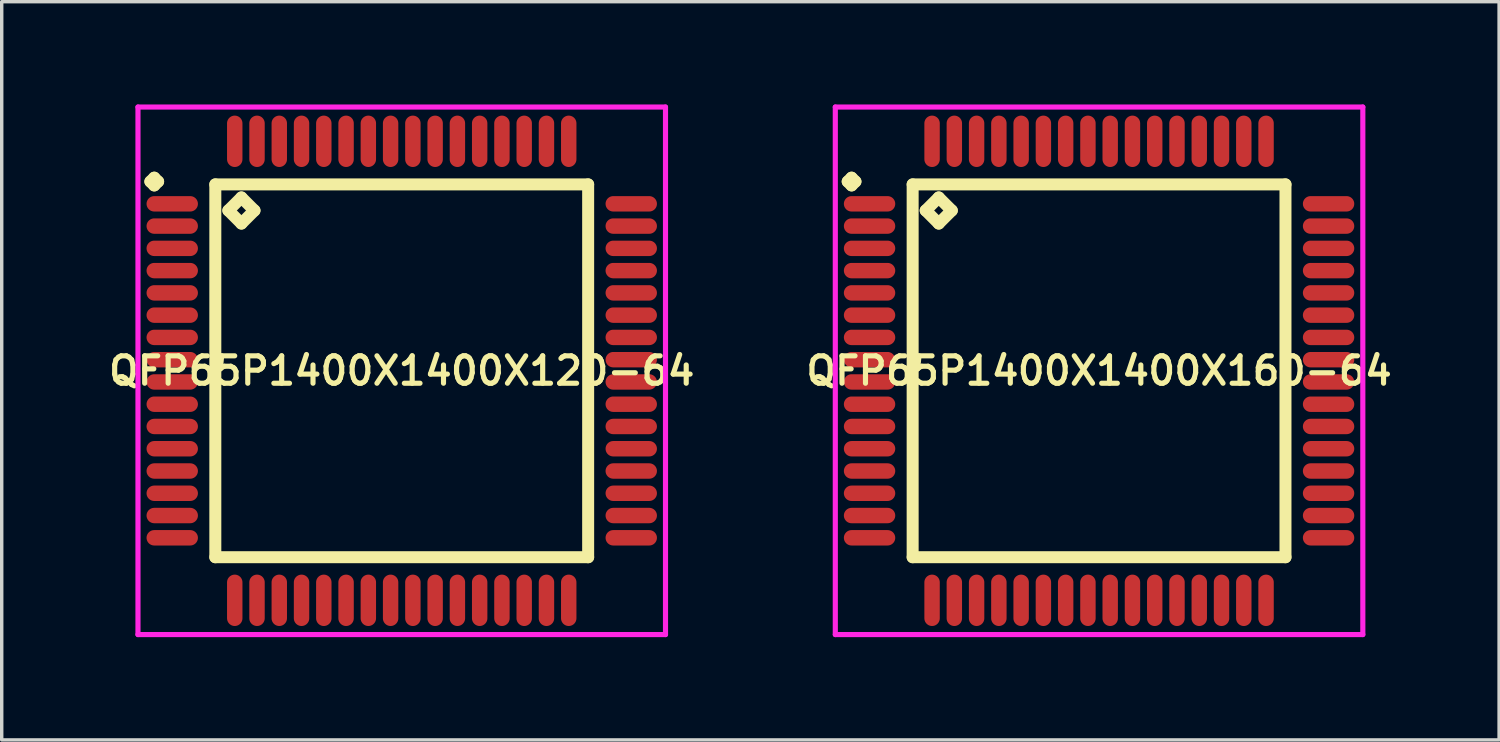
<source format=kicad_pcb>
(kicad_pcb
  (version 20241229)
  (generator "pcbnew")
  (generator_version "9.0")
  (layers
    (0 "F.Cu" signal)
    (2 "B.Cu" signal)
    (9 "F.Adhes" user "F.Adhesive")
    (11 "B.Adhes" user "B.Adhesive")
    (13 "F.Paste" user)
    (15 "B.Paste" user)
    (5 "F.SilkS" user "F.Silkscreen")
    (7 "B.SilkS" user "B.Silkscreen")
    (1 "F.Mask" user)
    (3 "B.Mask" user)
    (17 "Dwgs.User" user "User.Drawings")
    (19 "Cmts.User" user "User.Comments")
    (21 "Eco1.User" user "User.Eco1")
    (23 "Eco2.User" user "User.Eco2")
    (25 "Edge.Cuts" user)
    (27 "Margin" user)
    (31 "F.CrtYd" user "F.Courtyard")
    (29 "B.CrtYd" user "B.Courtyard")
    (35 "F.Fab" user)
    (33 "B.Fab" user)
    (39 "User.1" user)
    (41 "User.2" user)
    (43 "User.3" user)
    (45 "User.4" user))
  (footprint "QFP65P1400X1400X160-64"
    (layer "F.Cu")
    (at 29.035 7.775)
    (property "Reference" "QFP65P1400X1400X160-64" (at 0 0 0) (layer "F.SilkS") (effects (font (size 0.8 0.8) (thickness 0.15))))
    (attr smd)
    (fp_line (start -7.338 -5.525) (end -7.225 -5.638) (stroke (width 0.35) (type solid)) (layer "F.SilkS"))
    (fp_line (start -7.225 -5.638) (end -7.112 -5.525) (stroke (width 0.35) (type solid)) (layer "F.SilkS"))
    (fp_line (start -7.225 -5.412) (end -7.338 -5.525) (stroke (width 0.35) (type solid)) (layer "F.SilkS"))
    (fp_line (start -7.112 -5.525) (end -7.225 -5.412) (stroke (width 0.35) (type solid)) (layer "F.SilkS"))
    (fp_line (start -5.442 -5.442) (end -5.442 5.442) (stroke (width 0.35) (type solid)) (layer "F.SilkS"))
    (fp_line (start -5.442 5.442) (end 5.442 5.442) (stroke (width 0.35) (type solid)) (layer "F.SilkS"))
    (fp_line (start -5.061 -4.68) (end -4.68 -5.061) (stroke (width 0.35) (type solid)) (layer "F.SilkS"))
    (fp_line (start -4.68 -5.061) (end -4.299 -4.68) (stroke (width 0.35) (type solid)) (layer "F.SilkS"))
    (fp_line (start -4.68 -4.299) (end -5.061 -4.68) (stroke (width 0.35) (type solid)) (layer "F.SilkS"))
    (fp_line (start -4.299 -4.68) (end -4.68 -4.299) (stroke (width 0.35) (type solid)) (layer "F.SilkS"))
    (fp_line (start 5.442 -5.442) (end -5.442 -5.442) (stroke (width 0.35) (type solid)) (layer "F.SilkS"))
    (fp_line (start 5.442 5.442) (end 5.442 -5.442) (stroke (width 0.35) (type solid)) (layer "F.SilkS"))
    (fp_line (start -7.7 -7.7) (end 7.7 -7.7) (stroke (width 0.15) (type solid)) (layer "F.CrtYd"))
    (fp_line (start -7.7 7.7) (end -7.7 -7.7) (stroke (width 0.15) (type solid)) (layer "F.CrtYd"))
    (fp_line (start 7.7 -7.7) (end 7.7 7.7) (stroke (width 0.15) (type solid)) (layer "F.CrtYd"))
    (fp_line (start 7.7 7.7) (end -7.7 7.7) (stroke (width 0.15) (type solid)) (layer "F.CrtYd"))
    (pad "1" smd oval (at -6.7 -4.875) (size 1.5 0.45) (layers "F.Cu" "F.Mask" "F.Paste"))
    (pad "2" smd oval (at -6.7 -4.225) (size 1.5 0.45) (layers "F.Cu" "F.Mask" "F.Paste"))
    (pad "3" smd oval (at -6.7 -3.575) (size 1.5 0.45) (layers "F.Cu" "F.Mask" "F.Paste"))
    (pad "4" smd oval (at -6.7 -2.925) (size 1.5 0.45) (layers "F.Cu" "F.Mask" "F.Paste"))
    (pad "5" smd oval (at -6.7 -2.275) (size 1.5 0.45) (layers "F.Cu" "F.Mask" "F.Paste"))
    (pad "6" smd oval (at -6.7 -1.625) (size 1.5 0.45) (layers "F.Cu" "F.Mask" "F.Paste"))
    (pad "7" smd oval (at -6.7 -0.975) (size 1.5 0.45) (layers "F.Cu" "F.Mask" "F.Paste"))
    (pad "8" smd oval (at -6.7 -0.325) (size 1.5 0.45) (layers "F.Cu" "F.Mask" "F.Paste"))
    (pad "9" smd oval (at -6.7 0.325) (size 1.5 0.45) (layers "F.Cu" "F.Mask" "F.Paste"))
    (pad "10" smd oval (at -6.7 0.975) (size 1.5 0.45) (layers "F.Cu" "F.Mask" "F.Paste"))
    (pad "11" smd oval (at -6.7 1.625) (size 1.5 0.45) (layers "F.Cu" "F.Mask" "F.Paste"))
    (pad "12" smd oval (at -6.7 2.275) (size 1.5 0.45) (layers "F.Cu" "F.Mask" "F.Paste"))
    (pad "13" smd oval (at -6.7 2.925) (size 1.5 0.45) (layers "F.Cu" "F.Mask" "F.Paste"))
    (pad "14" smd oval (at -6.7 3.575) (size 1.5 0.45) (layers "F.Cu" "F.Mask" "F.Paste"))
    (pad "15" smd oval (at -6.7 4.225) (size 1.5 0.45) (layers "F.Cu" "F.Mask" "F.Paste"))
    (pad "16" smd oval (at -6.7 4.875) (size 1.5 0.45) (layers "F.Cu" "F.Mask" "F.Paste"))
    (pad "17" smd oval (at -4.875 6.7) (size 0.45 1.5) (layers "F.Cu" "F.Mask" "F.Paste"))
    (pad "18" smd oval (at -4.225 6.7) (size 0.45 1.5) (layers "F.Cu" "F.Mask" "F.Paste"))
    (pad "19" smd oval (at -3.575 6.7) (size 0.45 1.5) (layers "F.Cu" "F.Mask" "F.Paste"))
    (pad "20" smd oval (at -2.925 6.7) (size 0.45 1.5) (layers "F.Cu" "F.Mask" "F.Paste"))
    (pad "21" smd oval (at -2.275 6.7) (size 0.45 1.5) (layers "F.Cu" "F.Mask" "F.Paste"))
    (pad "22" smd oval (at -1.625 6.7) (size 0.45 1.5) (layers "F.Cu" "F.Mask" "F.Paste"))
    (pad "23" smd oval (at -0.975 6.7) (size 0.45 1.5) (layers "F.Cu" "F.Mask" "F.Paste"))
    (pad "24" smd oval (at -0.325 6.7) (size 0.45 1.5) (layers "F.Cu" "F.Mask" "F.Paste"))
    (pad "25" smd oval (at 0.325 6.7) (size 0.45 1.5) (layers "F.Cu" "F.Mask" "F.Paste"))
    (pad "26" smd oval (at 0.975 6.7) (size 0.45 1.5) (layers "F.Cu" "F.Mask" "F.Paste"))
    (pad "27" smd oval (at 1.625 6.7) (size 0.45 1.5) (layers "F.Cu" "F.Mask" "F.Paste"))
    (pad "28" smd oval (at 2.275 6.7) (size 0.45 1.5) (layers "F.Cu" "F.Mask" "F.Paste"))
    (pad "29" smd oval (at 2.925 6.7) (size 0.45 1.5) (layers "F.Cu" "F.Mask" "F.Paste"))
    (pad "30" smd oval (at 3.575 6.7) (size 0.45 1.5) (layers "F.Cu" "F.Mask" "F.Paste"))
    (pad "31" smd oval (at 4.225 6.7) (size 0.45 1.5) (layers "F.Cu" "F.Mask" "F.Paste"))
    (pad "32" smd oval (at 4.875 6.7) (size 0.45 1.5) (layers "F.Cu" "F.Mask" "F.Paste"))
    (pad "33" smd oval (at 6.7 4.875) (size 1.5 0.45) (layers "F.Cu" "F.Mask" "F.Paste"))
    (pad "34" smd oval (at 6.7 4.225) (size 1.5 0.45) (layers "F.Cu" "F.Mask" "F.Paste"))
    (pad "35" smd oval (at 6.7 3.575) (size 1.5 0.45) (layers "F.Cu" "F.Mask" "F.Paste"))
    (pad "36" smd oval (at 6.7 2.925) (size 1.5 0.45) (layers "F.Cu" "F.Mask" "F.Paste"))
    (pad "37" smd oval (at 6.7 2.275) (size 1.5 0.45) (layers "F.Cu" "F.Mask" "F.Paste"))
    (pad "38" smd oval (at 6.7 1.625) (size 1.5 0.45) (layers "F.Cu" "F.Mask" "F.Paste"))
    (pad "39" smd oval (at 6.7 0.975) (size 1.5 0.45) (layers "F.Cu" "F.Mask" "F.Paste"))
    (pad "40" smd oval (at 6.7 0.325) (size 1.5 0.45) (layers "F.Cu" "F.Mask" "F.Paste"))
    (pad "41" smd oval (at 6.7 -0.325) (size 1.5 0.45) (layers "F.Cu" "F.Mask" "F.Paste"))
    (pad "42" smd oval (at 6.7 -0.975) (size 1.5 0.45) (layers "F.Cu" "F.Mask" "F.Paste"))
    (pad "43" smd oval (at 6.7 -1.625) (size 1.5 0.45) (layers "F.Cu" "F.Mask" "F.Paste"))
    (pad "44" smd oval (at 6.7 -2.275) (size 1.5 0.45) (layers "F.Cu" "F.Mask" "F.Paste"))
    (pad "45" smd oval (at 6.7 -2.925) (size 1.5 0.45) (layers "F.Cu" "F.Mask" "F.Paste"))
    (pad "46" smd oval (at 6.7 -3.575) (size 1.5 0.45) (layers "F.Cu" "F.Mask" "F.Paste"))
    (pad "47" smd oval (at 6.7 -4.225) (size 1.5 0.45) (layers "F.Cu" "F.Mask" "F.Paste"))
    (pad "48" smd oval (at 6.7 -4.875) (size 1.5 0.45) (layers "F.Cu" "F.Mask" "F.Paste"))
    (pad "49" smd oval (at 4.875 -6.7) (size 0.45 1.5) (layers "F.Cu" "F.Mask" "F.Paste"))
    (pad "50" smd oval (at 4.225 -6.7) (size 0.45 1.5) (layers "F.Cu" "F.Mask" "F.Paste"))
    (pad "51" smd oval (at 3.575 -6.7) (size 0.45 1.5) (layers "F.Cu" "F.Mask" "F.Paste"))
    (pad "52" smd oval (at 2.925 -6.7) (size 0.45 1.5) (layers "F.Cu" "F.Mask" "F.Paste"))
    (pad "53" smd oval (at 2.275 -6.7) (size 0.45 1.5) (layers "F.Cu" "F.Mask" "F.Paste"))
    (pad "54" smd oval (at 1.625 -6.7) (size 0.45 1.5) (layers "F.Cu" "F.Mask" "F.Paste"))
    (pad "55" smd oval (at 0.975 -6.7) (size 0.45 1.5) (layers "F.Cu" "F.Mask" "F.Paste"))
    (pad "56" smd oval (at 0.325 -6.7) (size 0.45 1.5) (layers "F.Cu" "F.Mask" "F.Paste"))
    (pad "57" smd oval (at -0.325 -6.7) (size 0.45 1.5) (layers "F.Cu" "F.Mask" "F.Paste"))
    (pad "58" smd oval (at -0.975 -6.7) (size 0.45 1.5) (layers "F.Cu" "F.Mask" "F.Paste"))
    (pad "59" smd oval (at -1.625 -6.7) (size 0.45 1.5) (layers "F.Cu" "F.Mask" "F.Paste"))
    (pad "60" smd oval (at -2.275 -6.7) (size 0.45 1.5) (layers "F.Cu" "F.Mask" "F.Paste"))
    (pad "61" smd oval (at -2.925 -6.7) (size 0.45 1.5) (layers "F.Cu" "F.Mask" "F.Paste"))
    (pad "62" smd oval (at -3.575 -6.7) (size 0.45 1.5) (layers "F.Cu" "F.Mask" "F.Paste"))
    (pad "63" smd oval (at -4.225 -6.7) (size 0.45 1.5) (layers "F.Cu" "F.Mask" "F.Paste"))
    (pad "64" smd oval (at -4.875 -6.7) (size 0.45 1.5) (layers "F.Cu" "F.Mask" "F.Paste")))
  (footprint "QFP65P1400X1400X120-64"
    (layer "F.Cu")
    (at 8.678 7.775)
    (property "Reference" "QFP65P1400X1400X120-64" (at 0 0 0) (layer "F.SilkS") (effects (font (size 0.8 0.8) (thickness 0.15))))
    (attr smd)
    (fp_line (start -7.338 -5.525) (end -7.225 -5.638) (stroke (width 0.35) (type solid)) (layer "F.SilkS"))
    (fp_line (start -7.225 -5.638) (end -7.112 -5.525) (stroke (width 0.35) (type solid)) (layer "F.SilkS"))
    (fp_line (start -7.225 -5.412) (end -7.338 -5.525) (stroke (width 0.35) (type solid)) (layer "F.SilkS"))
    (fp_line (start -7.112 -5.525) (end -7.225 -5.412) (stroke (width 0.35) (type solid)) (layer "F.SilkS"))
    (fp_line (start -5.442 -5.442) (end -5.442 5.442) (stroke (width 0.35) (type solid)) (layer "F.SilkS"))
    (fp_line (start -5.442 5.442) (end 5.442 5.442) (stroke (width 0.35) (type solid)) (layer "F.SilkS"))
    (fp_line (start -5.061 -4.68) (end -4.68 -5.061) (stroke (width 0.35) (type solid)) (layer "F.SilkS"))
    (fp_line (start -4.68 -5.061) (end -4.299 -4.68) (stroke (width 0.35) (type solid)) (layer "F.SilkS"))
    (fp_line (start -4.68 -4.299) (end -5.061 -4.68) (stroke (width 0.35) (type solid)) (layer "F.SilkS"))
    (fp_line (start -4.299 -4.68) (end -4.68 -4.299) (stroke (width 0.35) (type solid)) (layer "F.SilkS"))
    (fp_line (start 5.442 -5.442) (end -5.442 -5.442) (stroke (width 0.35) (type solid)) (layer "F.SilkS"))
    (fp_line (start 5.442 5.442) (end 5.442 -5.442) (stroke (width 0.35) (type solid)) (layer "F.SilkS"))
    (fp_line (start -7.7 -7.7) (end 7.7 -7.7) (stroke (width 0.15) (type solid)) (layer "F.CrtYd"))
    (fp_line (start -7.7 7.7) (end -7.7 -7.7) (stroke (width 0.15) (type solid)) (layer "F.CrtYd"))
    (fp_line (start 7.7 -7.7) (end 7.7 7.7) (stroke (width 0.15) (type solid)) (layer "F.CrtYd"))
    (fp_line (start 7.7 7.7) (end -7.7 7.7) (stroke (width 0.15) (type solid)) (layer "F.CrtYd"))
    (pad "1" smd oval (at -6.7 -4.875) (size 1.5 0.45) (layers "F.Cu" "F.Mask" "F.Paste"))
    (pad "2" smd oval (at -6.7 -4.225) (size 1.5 0.45) (layers "F.Cu" "F.Mask" "F.Paste"))
    (pad "3" smd oval (at -6.7 -3.575) (size 1.5 0.45) (layers "F.Cu" "F.Mask" "F.Paste"))
    (pad "4" smd oval (at -6.7 -2.925) (size 1.5 0.45) (layers "F.Cu" "F.Mask" "F.Paste"))
    (pad "5" smd oval (at -6.7 -2.275) (size 1.5 0.45) (layers "F.Cu" "F.Mask" "F.Paste"))
    (pad "6" smd oval (at -6.7 -1.625) (size 1.5 0.45) (layers "F.Cu" "F.Mask" "F.Paste"))
    (pad "7" smd oval (at -6.7 -0.975) (size 1.5 0.45) (layers "F.Cu" "F.Mask" "F.Paste"))
    (pad "8" smd oval (at -6.7 -0.325) (size 1.5 0.45) (layers "F.Cu" "F.Mask" "F.Paste"))
    (pad "9" smd oval (at -6.7 0.325) (size 1.5 0.45) (layers "F.Cu" "F.Mask" "F.Paste"))
    (pad "10" smd oval (at -6.7 0.975) (size 1.5 0.45) (layers "F.Cu" "F.Mask" "F.Paste"))
    (pad "11" smd oval (at -6.7 1.625) (size 1.5 0.45) (layers "F.Cu" "F.Mask" "F.Paste"))
    (pad "12" smd oval (at -6.7 2.275) (size 1.5 0.45) (layers "F.Cu" "F.Mask" "F.Paste"))
    (pad "13" smd oval (at -6.7 2.925) (size 1.5 0.45) (layers "F.Cu" "F.Mask" "F.Paste"))
    (pad "14" smd oval (at -6.7 3.575) (size 1.5 0.45) (layers "F.Cu" "F.Mask" "F.Paste"))
    (pad "15" smd oval (at -6.7 4.225) (size 1.5 0.45) (layers "F.Cu" "F.Mask" "F.Paste"))
    (pad "16" smd oval (at -6.7 4.875) (size 1.5 0.45) (layers "F.Cu" "F.Mask" "F.Paste"))
    (pad "17" smd oval (at -4.875 6.7) (size 0.45 1.5) (layers "F.Cu" "F.Mask" "F.Paste"))
    (pad "18" smd oval (at -4.225 6.7) (size 0.45 1.5) (layers "F.Cu" "F.Mask" "F.Paste"))
    (pad "19" smd oval (at -3.575 6.7) (size 0.45 1.5) (layers "F.Cu" "F.Mask" "F.Paste"))
    (pad "20" smd oval (at -2.925 6.7) (size 0.45 1.5) (layers "F.Cu" "F.Mask" "F.Paste"))
    (pad "21" smd oval (at -2.275 6.7) (size 0.45 1.5) (layers "F.Cu" "F.Mask" "F.Paste"))
    (pad "22" smd oval (at -1.625 6.7) (size 0.45 1.5) (layers "F.Cu" "F.Mask" "F.Paste"))
    (pad "23" smd oval (at -0.975 6.7) (size 0.45 1.5) (layers "F.Cu" "F.Mask" "F.Paste"))
    (pad "24" smd oval (at -0.325 6.7) (size 0.45 1.5) (layers "F.Cu" "F.Mask" "F.Paste"))
    (pad "25" smd oval (at 0.325 6.7) (size 0.45 1.5) (layers "F.Cu" "F.Mask" "F.Paste"))
    (pad "26" smd oval (at 0.975 6.7) (size 0.45 1.5) (layers "F.Cu" "F.Mask" "F.Paste"))
    (pad "27" smd oval (at 1.625 6.7) (size 0.45 1.5) (layers "F.Cu" "F.Mask" "F.Paste"))
    (pad "28" smd oval (at 2.275 6.7) (size 0.45 1.5) (layers "F.Cu" "F.Mask" "F.Paste"))
    (pad "29" smd oval (at 2.925 6.7) (size 0.45 1.5) (layers "F.Cu" "F.Mask" "F.Paste"))
    (pad "30" smd oval (at 3.575 6.7) (size 0.45 1.5) (layers "F.Cu" "F.Mask" "F.Paste"))
    (pad "31" smd oval (at 4.225 6.7) (size 0.45 1.5) (layers "F.Cu" "F.Mask" "F.Paste"))
    (pad "32" smd oval (at 4.875 6.7) (size 0.45 1.5) (layers "F.Cu" "F.Mask" "F.Paste"))
    (pad "33" smd oval (at 6.7 4.875) (size 1.5 0.45) (layers "F.Cu" "F.Mask" "F.Paste"))
    (pad "34" smd oval (at 6.7 4.225) (size 1.5 0.45) (layers "F.Cu" "F.Mask" "F.Paste"))
    (pad "35" smd oval (at 6.7 3.575) (size 1.5 0.45) (layers "F.Cu" "F.Mask" "F.Paste"))
    (pad "36" smd oval (at 6.7 2.925) (size 1.5 0.45) (layers "F.Cu" "F.Mask" "F.Paste"))
    (pad "37" smd oval (at 6.7 2.275) (size 1.5 0.45) (layers "F.Cu" "F.Mask" "F.Paste"))
    (pad "38" smd oval (at 6.7 1.625) (size 1.5 0.45) (layers "F.Cu" "F.Mask" "F.Paste"))
    (pad "39" smd oval (at 6.7 0.975) (size 1.5 0.45) (layers "F.Cu" "F.Mask" "F.Paste"))
    (pad "40" smd oval (at 6.7 0.325) (size 1.5 0.45) (layers "F.Cu" "F.Mask" "F.Paste"))
    (pad "41" smd oval (at 6.7 -0.325) (size 1.5 0.45) (layers "F.Cu" "F.Mask" "F.Paste"))
    (pad "42" smd oval (at 6.7 -0.975) (size 1.5 0.45) (layers "F.Cu" "F.Mask" "F.Paste"))
    (pad "43" smd oval (at 6.7 -1.625) (size 1.5 0.45) (layers "F.Cu" "F.Mask" "F.Paste"))
    (pad "44" smd oval (at 6.7 -2.275) (size 1.5 0.45) (layers "F.Cu" "F.Mask" "F.Paste"))
    (pad "45" smd oval (at 6.7 -2.925) (size 1.5 0.45) (layers "F.Cu" "F.Mask" "F.Paste"))
    (pad "46" smd oval (at 6.7 -3.575) (size 1.5 0.45) (layers "F.Cu" "F.Mask" "F.Paste"))
    (pad "47" smd oval (at 6.7 -4.225) (size 1.5 0.45) (layers "F.Cu" "F.Mask" "F.Paste"))
    (pad "48" smd oval (at 6.7 -4.875) (size 1.5 0.45) (layers "F.Cu" "F.Mask" "F.Paste"))
    (pad "49" smd oval (at 4.875 -6.7) (size 0.45 1.5) (layers "F.Cu" "F.Mask" "F.Paste"))
    (pad "50" smd oval (at 4.225 -6.7) (size 0.45 1.5) (layers "F.Cu" "F.Mask" "F.Paste"))
    (pad "51" smd oval (at 3.575 -6.7) (size 0.45 1.5) (layers "F.Cu" "F.Mask" "F.Paste"))
    (pad "52" smd oval (at 2.925 -6.7) (size 0.45 1.5) (layers "F.Cu" "F.Mask" "F.Paste"))
    (pad "53" smd oval (at 2.275 -6.7) (size 0.45 1.5) (layers "F.Cu" "F.Mask" "F.Paste"))
    (pad "54" smd oval (at 1.625 -6.7) (size 0.45 1.5) (layers "F.Cu" "F.Mask" "F.Paste"))
    (pad "55" smd oval (at 0.975 -6.7) (size 0.45 1.5) (layers "F.Cu" "F.Mask" "F.Paste"))
    (pad "56" smd oval (at 0.325 -6.7) (size 0.45 1.5) (layers "F.Cu" "F.Mask" "F.Paste"))
    (pad "57" smd oval (at -0.325 -6.7) (size 0.45 1.5) (layers "F.Cu" "F.Mask" "F.Paste"))
    (pad "58" smd oval (at -0.975 -6.7) (size 0.45 1.5) (layers "F.Cu" "F.Mask" "F.Paste"))
    (pad "59" smd oval (at -1.625 -6.7) (size 0.45 1.5) (layers "F.Cu" "F.Mask" "F.Paste"))
    (pad "60" smd oval (at -2.275 -6.7) (size 0.45 1.5) (layers "F.Cu" "F.Mask" "F.Paste"))
    (pad "61" smd oval (at -2.925 -6.7) (size 0.45 1.5) (layers "F.Cu" "F.Mask" "F.Paste"))
    (pad "62" smd oval (at -3.575 -6.7) (size 0.45 1.5) (layers "F.Cu" "F.Mask" "F.Paste"))
    (pad "63" smd oval (at -4.225 -6.7) (size 0.45 1.5) (layers "F.Cu" "F.Mask" "F.Paste"))
    (pad "64" smd oval (at -4.875 -6.7) (size 0.45 1.5) (layers "F.Cu" "F.Mask" "F.Paste")))
  (gr_rect
    (start -3 -3)
    (end 40.713 18.55)
    (stroke (width 0.1) (type default))
    (fill no)
    (layer "Edge.Cuts")))
</source>
